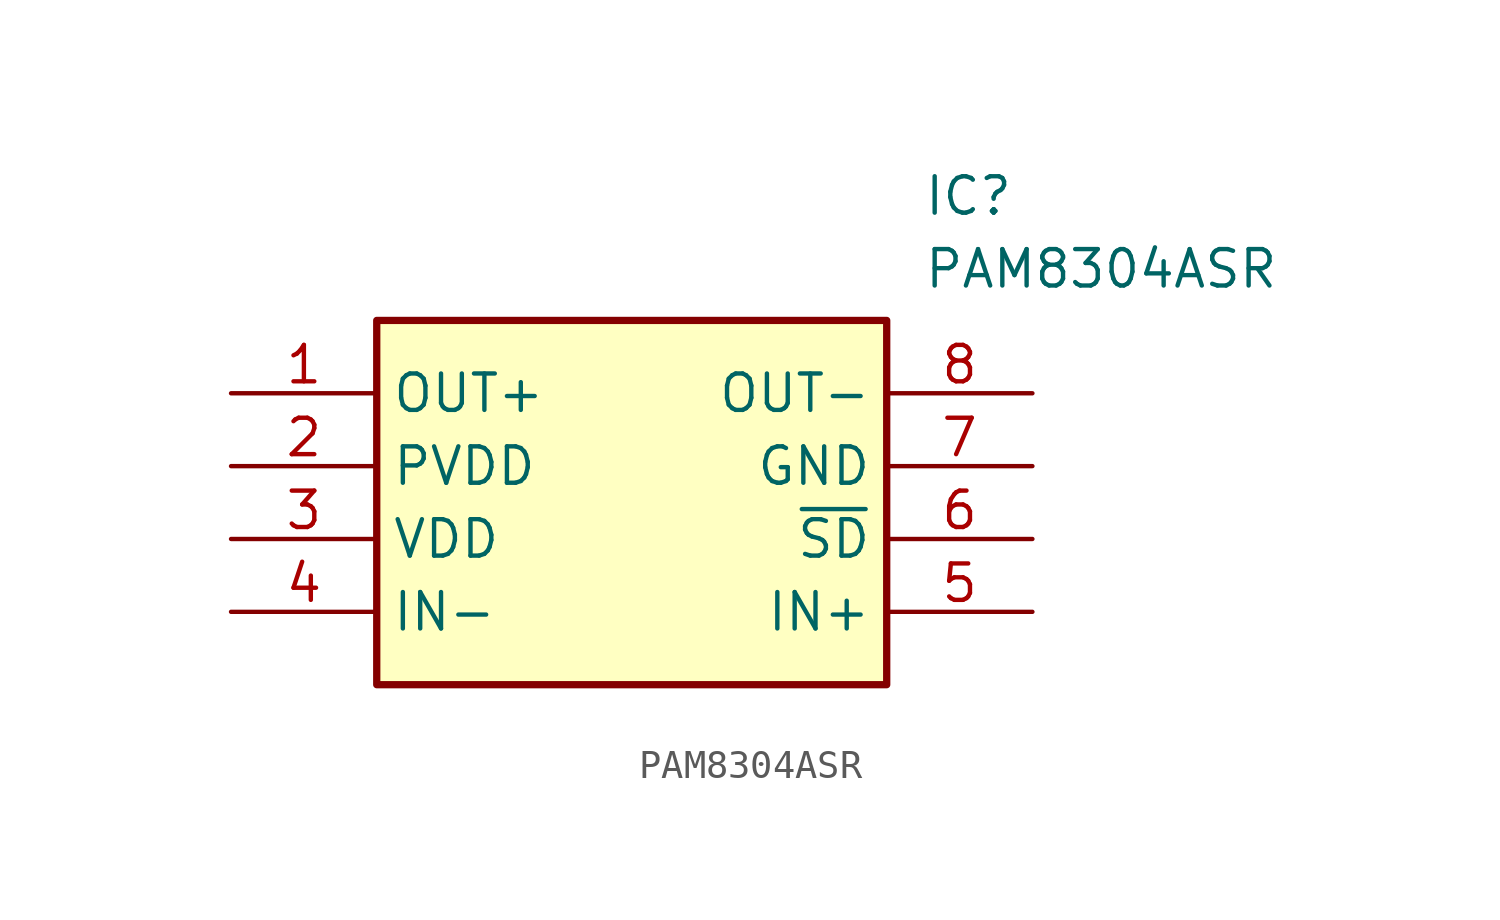
<source format=kicad_sym>
(kicad_symbol_lib
  (version 20211014)
  (generator SamacSys_ECAD_Model)
  (symbol "PAM8304ASR"
    (property "Reference" "IC"
      (at 24.13 7.62 0)
      (effects (font (size 1.27 1.27)) (justify left top)))
    (property "Value" "PAM8304ASR"
      (at 24.13 5.08 0)
      (effects (font (size 1.27 1.27)) (justify left top)))
    (rectangle
      (start 5.08 2.54)
      (end 22.86 -10.16)
      (stroke (width 0.254) (type default))
      (fill (type background)))
    (pin passive line
      (at 0 0 0)
      (length 5.08)
      (name "OUT+" (effects (font (size 1.27 1.27))))
      (number "1" (effects (font (size 1.27 1.27)))))
    (pin passive line
      (at 0 -2.54 0)
      (length 5.08)
      (name "PVDD" (effects (font (size 1.27 1.27))))
      (number "2" (effects (font (size 1.27 1.27)))))
    (pin passive line
      (at 0 -5.08 0)
      (length 5.08)
      (name "VDD" (effects (font (size 1.27 1.27))))
      (number "3" (effects (font (size 1.27 1.27)))))
    (pin passive line
      (at 0 -7.62 0)
      (length 5.08)
      (name "IN-" (effects (font (size 1.27 1.27))))
      (number "4" (effects (font (size 1.27 1.27)))))
    (pin passive line
      (at 27.94 0 180)
      (length 5.08)
      (name "OUT-" (effects (font (size 1.27 1.27))))
      (number "8" (effects (font (size 1.27 1.27)))))
    (pin passive line
      (at 27.94 -2.54 180)
      (length 5.08)
      (name "GND" (effects (font (size 1.27 1.27))))
      (number "7" (effects (font (size 1.27 1.27)))))
    (pin passive line
      (at 27.94 -5.08 180)
      (length 5.08)
      (name "~{SD}" (effects (font (size 1.27 1.27))))
      (number "6" (effects (font (size 1.27 1.27)))))
    (pin passive line
      (at 27.94 -7.62 180)
      (length 5.08)
      (name "IN+" (effects (font (size 1.27 1.27))))
      (number "5" (effects (font (size 1.27 1.27)))))))
</source>
